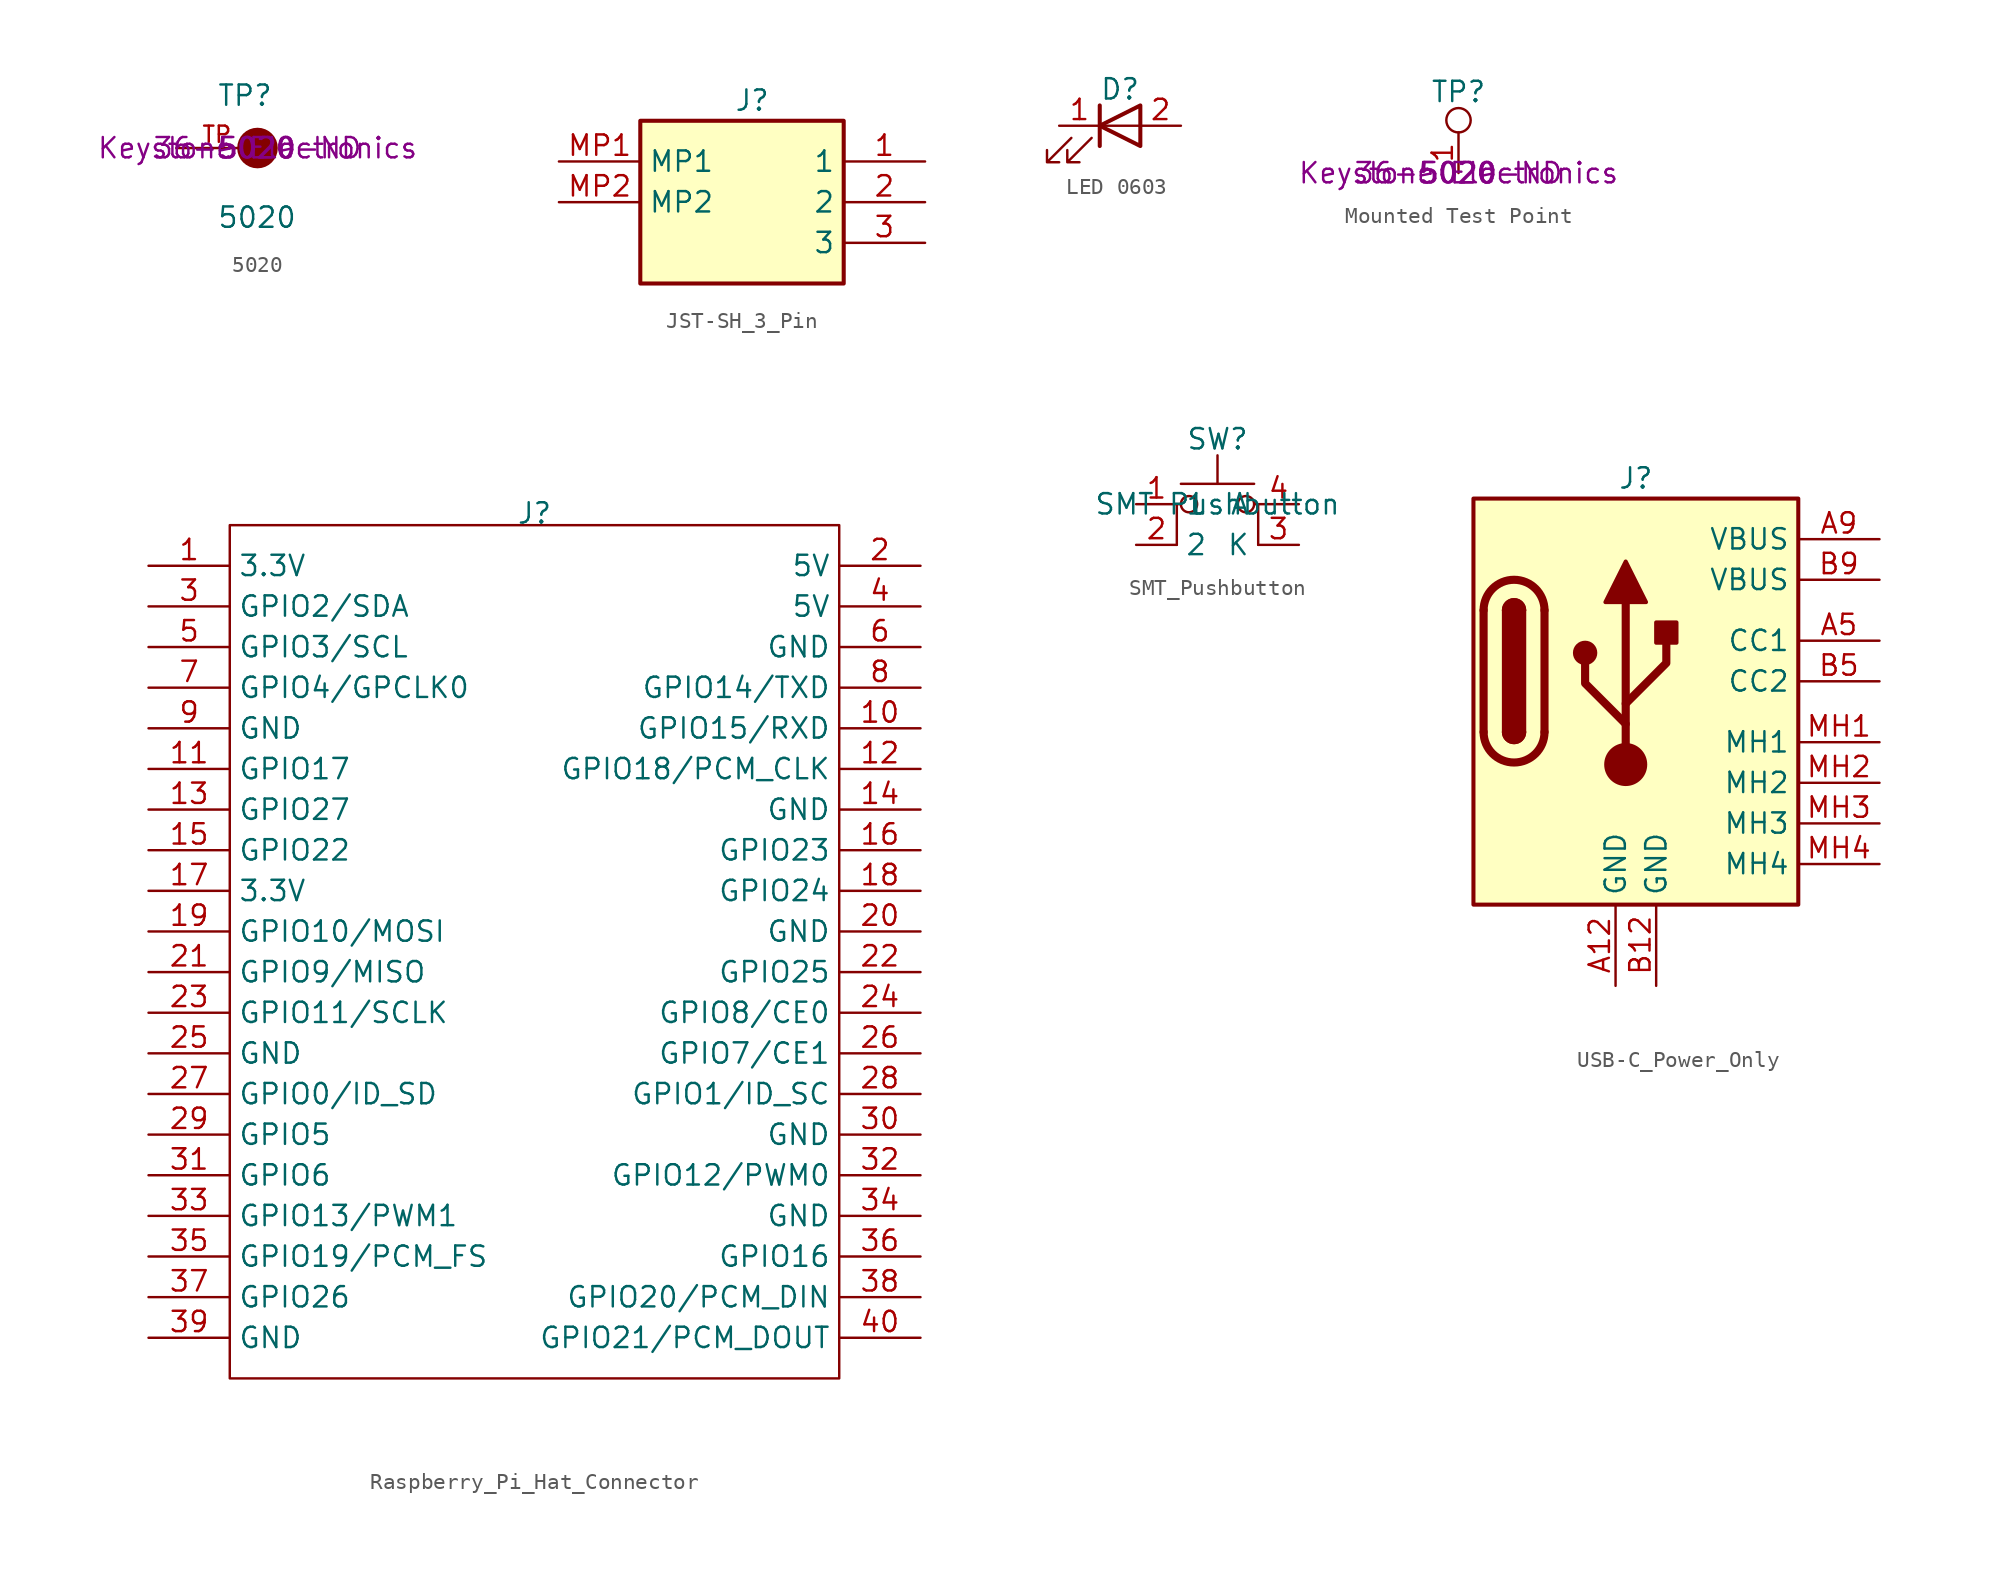
<source format=kicad_sym>
(kicad_symbol_lib
  (version 20231120)
  (generator "kicad_symbol_editor")
  (generator_version "8.0")
  (symbol "5020"
    (pin_names
      (offset 1.016))
    (property "Reference" "TP"
      (at -2.544 2.542 0)
      (effects (font (size 1.27 1.27)) (justify left bottom)))
    (property "Value" "5020"
      (at -2.55 -5.087 0)
      (effects (font (size 1.27 1.27)) (justify left bottom)))
    (property "Manufacturer" "Keystone Electronics"
      (at 0 0 0)
      (effects (font (size 1.27 1.27))))
    (property "Mfg Part Num" "5020"
      (at 0 0 0)
      (effects (font (size 1.27 1.27))))
    (property "Digi-Key Part Num" "36-5020-ND"
      (at 0 0 0)
      (effects (font (size 1.27 1.27))))
    (symbol "5020_0_0"
      (circle (center 0 0) (radius 0.635) (stroke (width 1.27) (type default)) (fill (type none))))
    (symbol "5020_1_0"
      (pin passive line (at -5.08 0 0) (length 5.08) (name "~" (effects (font (size 1.016 1.016)))) (number "TP" (effects (font (size 1.016 1.016)))))))
  (symbol "JST-SH_3_Pin"
    (property "Reference" "J"
      (at -0.635 0 0)
      (effects (font (size 1.27 1.27))))
    (property "Value" ""
      (at -0.635 -6.35 0)
      (effects (font (size 1.27 1.27))))
    (symbol "JST-SH_3_Pin_1_1"
      (rectangle (start -7.62 -1.27) (end 5.08 -11.43) (stroke (width 0.254) (type default)) (fill (type background)))
      (pin output line (at 10.16 -3.81 180) (length 5.08) (name "1" (effects (font (size 1.27 1.27)))) (number "1" (effects (font (size 1.27 1.27)))))
      (pin power_in line (at 10.16 -6.35 180) (length 5.08) (name "2" (effects (font (size 1.27 1.27)))) (number "2" (effects (font (size 1.27 1.27)))))
      (pin bidirectional line (at 10.16 -8.89 180) (length 5.08) (name "3" (effects (font (size 1.27 1.27)))) (number "3" (effects (font (size 1.27 1.27)))))
      (pin passive line (at -12.7 -3.81 0) (length 5.08) (name "MP1" (effects (font (size 1.27 1.27)))) (number "MP1" (effects (font (size 1.27 1.27)))))
      (pin passive line (at -12.7 -6.35 0) (length 5.08) (name "MP2" (effects (font (size 1.27 1.27)))) (number "MP2" (effects (font (size 1.27 1.27)))))))
  (symbol "LED 0603"
    (property "Reference" "D"
      (at 0 2.286 0)
      (effects (font (size 1.27 1.27))))
    (symbol "LED 0603_0_1"
      (polyline (pts (xy -1.27 -1.27) (xy -1.27 1.27)) (stroke (width 0.254) (type default)) (fill (type none)))
      (polyline (pts (xy -1.27 0) (xy 1.27 0)) (stroke (width 0) (type default)) (fill (type none)))
      (polyline (pts (xy 1.27 -1.27) (xy 1.27 1.27) (xy -1.27 0) (xy 1.27 -1.27)) (stroke (width 0.254) (type default)) (fill (type none)))
      (polyline (pts (xy -3.048 -0.762) (xy -4.572 -2.286) (xy -3.81 -2.286) (xy -4.572 -2.286) (xy -4.572 -1.524)) (stroke (width 0) (type default)) (fill (type none)))
      (polyline (pts (xy -1.778 -0.762) (xy -3.302 -2.286) (xy -2.54 -2.286) (xy -3.302 -2.286) (xy -3.302 -1.524)) (stroke (width 0) (type default)) (fill (type none))))
    (symbol "LED 0603_1_1"
      (pin passive line (at -3.81 0 0) (length 2.54) (name "" (effects (font (size 1.27 1.27)))) (number "1" (effects (font (size 1.27 1.27)))))
      (pin passive line (at 3.81 0 180) (length 2.54) (name "" (effects (font (size 1.27 1.27)))) (number "2" (effects (font (size 1.27 1.27)))))))
  (symbol "Mounted Test Point"
    (property "Reference" "TP"
      (at 0 5.08 0)
      (effects (font (size 1.27 1.27))))
    (property "Value" ""
      (at 0 0 0)
      (effects (font (size 1.27 1.27))))
    (property "Manufacturer" "Keystone Electronics"
      (at 0 0 0)
      (effects (font (size 1.27 1.27))))
    (property "Mfg Part Num" "5020"
      (at 0 0 0)
      (effects (font (size 1.27 1.27))))
    (property "Digi-Key Part Num" "36-5020-ND"
      (at 0 0 0)
      (effects (font (size 1.27 1.27))))
    (symbol "Mounted Test Point_0_1"
      (circle (center 0 3.302) (radius 0.762) (stroke (width 0) (type default)) (fill (type none))))
    (symbol "Mounted Test Point_1_1"
      (pin passive line (at 0 0 90) (length 2.54) (name "" (effects (font (size 1.27 1.27)))) (number "1" (effects (font (size 1.27 1.27)))))))
  (symbol "Raspberry_Pi_Hat_Connector"
    (property "Reference" "J"
      (at 0 26.67 0)
      (effects (font (size 1.27 1.27)) (justify bottom)))
    (property "Value" ""
      (at 1.27 0 0)
      (effects (font (size 1.27 1.27))))
    (symbol "Raspberry_Pi_Hat_Connector_0_1"
      (rectangle (start -19.05 26.67) (end 19.05 -26.67) (stroke (width 0) (type default)) (fill (type none))))
    (symbol "Raspberry_Pi_Hat_Connector_1_1"
      (pin power_in line (at -24.13 24.13 0) (length 5.08) (name "3.3V" (effects (font (size 1.27 1.27)))) (number "1" (effects (font (size 1.27 1.27)))))
      (pin bidirectional line (at 24.13 13.97 180) (length 5.08) (name "GPIO15/RXD" (effects (font (size 1.27 1.27)))) (number "10" (effects (font (size 1.27 1.27)))))
      (pin bidirectional line (at -24.13 11.43 0) (length 5.08) (name "GPIO17" (effects (font (size 1.27 1.27)))) (number "11" (effects (font (size 1.27 1.27)))))
      (pin bidirectional line (at 24.13 11.43 180) (length 5.08) (name "GPIO18/PCM_CLK" (effects (font (size 1.27 1.27)))) (number "12" (effects (font (size 1.27 1.27)))))
      (pin bidirectional line (at -24.13 8.89 0) (length 5.08) (name "GPIO27" (effects (font (size 1.27 1.27)))) (number "13" (effects (font (size 1.27 1.27)))))
      (pin power_in line (at 24.13 8.89 180) (length 5.08) (name "GND" (effects (font (size 1.27 1.27)))) (number "14" (effects (font (size 1.27 1.27)))))
      (pin bidirectional line (at -24.13 6.35 0) (length 5.08) (name "GPIO22" (effects (font (size 1.27 1.27)))) (number "15" (effects (font (size 1.27 1.27)))))
      (pin bidirectional line (at 24.13 6.35 180) (length 5.08) (name "GPIO23" (effects (font (size 1.27 1.27)))) (number "16" (effects (font (size 1.27 1.27)))))
      (pin power_in line (at -24.13 3.81 0) (length 5.08) (name "3.3V" (effects (font (size 1.27 1.27)))) (number "17" (effects (font (size 1.27 1.27)))))
      (pin bidirectional line (at 24.13 3.81 180) (length 5.08) (name "GPIO24" (effects (font (size 1.27 1.27)))) (number "18" (effects (font (size 1.27 1.27)))))
      (pin bidirectional line (at -24.13 1.27 0) (length 5.08) (name "GPIO10/MOSI" (effects (font (size 1.27 1.27)))) (number "19" (effects (font (size 1.27 1.27)))))
      (pin power_in line (at 24.13 24.13 180) (length 5.08) (name "5V" (effects (font (size 1.27 1.27)))) (number "2" (effects (font (size 1.27 1.27)))))
      (pin power_in line (at 24.13 1.27 180) (length 5.08) (name "GND" (effects (font (size 1.27 1.27)))) (number "20" (effects (font (size 1.27 1.27)))))
      (pin bidirectional line (at -24.13 -1.27 0) (length 5.08) (name "GPIO9/MISO" (effects (font (size 1.27 1.27)))) (number "21" (effects (font (size 1.27 1.27)))))
      (pin bidirectional line (at 24.13 -1.27 180) (length 5.08) (name "GPIO25" (effects (font (size 1.27 1.27)))) (number "22" (effects (font (size 1.27 1.27)))))
      (pin bidirectional line (at -24.13 -3.81 0) (length 5.08) (name "GPIO11/SCLK" (effects (font (size 1.27 1.27)))) (number "23" (effects (font (size 1.27 1.27)))))
      (pin bidirectional line (at 24.13 -3.81 180) (length 5.08) (name "GPIO8/CE0" (effects (font (size 1.27 1.27)))) (number "24" (effects (font (size 1.27 1.27)))))
      (pin power_in line (at -24.13 -6.35 0) (length 5.08) (name "GND" (effects (font (size 1.27 1.27)))) (number "25" (effects (font (size 1.27 1.27)))))
      (pin bidirectional line (at 24.13 -6.35 180) (length 5.08) (name "GPIO7/CE1" (effects (font (size 1.27 1.27)))) (number "26" (effects (font (size 1.27 1.27)))))
      (pin bidirectional line (at -24.13 -8.89 0) (length 5.08) (name "GPIO0/ID_SD" (effects (font (size 1.27 1.27)))) (number "27" (effects (font (size 1.27 1.27)))))
      (pin bidirectional line (at 24.13 -8.89 180) (length 5.08) (name "GPIO1/ID_SC" (effects (font (size 1.27 1.27)))) (number "28" (effects (font (size 1.27 1.27)))))
      (pin bidirectional line (at -24.13 -11.43 0) (length 5.08) (name "GPIO5" (effects (font (size 1.27 1.27)))) (number "29" (effects (font (size 1.27 1.27)))))
      (pin bidirectional line (at -24.13 21.59 0) (length 5.08) (name "GPIO2/SDA" (effects (font (size 1.27 1.27)))) (number "3" (effects (font (size 1.27 1.27)))))
      (pin power_in line (at 24.13 -11.43 180) (length 5.08) (name "GND" (effects (font (size 1.27 1.27)))) (number "30" (effects (font (size 1.27 1.27)))))
      (pin bidirectional line (at -24.13 -13.97 0) (length 5.08) (name "GPIO6" (effects (font (size 1.27 1.27)))) (number "31" (effects (font (size 1.27 1.27)))))
      (pin bidirectional line (at 24.13 -13.97 180) (length 5.08) (name "GPIO12/PWM0" (effects (font (size 1.27 1.27)))) (number "32" (effects (font (size 1.27 1.27)))))
      (pin bidirectional line (at -24.13 -16.51 0) (length 5.08) (name "GPIO13/PWM1" (effects (font (size 1.27 1.27)))) (number "33" (effects (font (size 1.27 1.27)))))
      (pin power_in line (at 24.13 -16.51 180) (length 5.08) (name "GND" (effects (font (size 1.27 1.27)))) (number "34" (effects (font (size 1.27 1.27)))))
      (pin bidirectional line (at -24.13 -19.05 0) (length 5.08) (name "GPIO19/PCM_FS" (effects (font (size 1.27 1.27)))) (number "35" (effects (font (size 1.27 1.27)))))
      (pin bidirectional line (at 24.13 -19.05 180) (length 5.08) (name "GPIO16" (effects (font (size 1.27 1.27)))) (number "36" (effects (font (size 1.27 1.27)))))
      (pin bidirectional line (at -24.13 -21.59 0) (length 5.08) (name "GPIO26" (effects (font (size 1.27 1.27)))) (number "37" (effects (font (size 1.27 1.27)))))
      (pin bidirectional line (at 24.13 -21.59 180) (length 5.08) (name "GPIO20/PCM_DIN" (effects (font (size 1.27 1.27)))) (number "38" (effects (font (size 1.27 1.27)))))
      (pin power_in line (at -24.13 -24.13 0) (length 5.08) (name "GND" (effects (font (size 1.27 1.27)))) (number "39" (effects (font (size 1.27 1.27)))))
      (pin power_in line (at 24.13 21.59 180) (length 5.08) (name "5V" (effects (font (size 1.27 1.27)))) (number "4" (effects (font (size 1.27 1.27)))))
      (pin bidirectional line (at 24.13 -24.13 180) (length 5.08) (name "GPIO21/PCM_DOUT" (effects (font (size 1.27 1.27)))) (number "40" (effects (font (size 1.27 1.27)))))
      (pin bidirectional line (at -24.13 19.05 0) (length 5.08) (name "GPIO3/SCL" (effects (font (size 1.27 1.27)))) (number "5" (effects (font (size 1.27 1.27)))))
      (pin power_in line (at 24.13 19.05 180) (length 5.08) (name "GND" (effects (font (size 1.27 1.27)))) (number "6" (effects (font (size 1.27 1.27)))))
      (pin bidirectional line (at -24.13 16.51 0) (length 5.08) (name "GPIO4/GPCLK0" (effects (font (size 1.27 1.27)))) (number "7" (effects (font (size 1.27 1.27)))))
      (pin bidirectional line (at 24.13 16.51 180) (length 5.08) (name "GPIO14/TXD" (effects (font (size 1.27 1.27)))) (number "8" (effects (font (size 1.27 1.27)))))
      (pin power_in line (at -24.13 13.97 0) (length 5.08) (name "GND" (effects (font (size 1.27 1.27)))) (number "9" (effects (font (size 1.27 1.27)))))))
  (symbol "SMT_Pushbutton"
    (property "Reference" "SW"
      (at 0 4.064 0)
      (effects (font (size 1.27 1.27))))
    (property "Value" "SMT Pushbutton"
      (at 0 0 0)
      (effects (font (size 1.27 1.27))))
    (symbol "SMT_Pushbutton_0_1"
      (circle (center -1.778 0) (radius 0.508) (stroke (width 0) (type default)) (fill (type none)))
      (polyline (pts (xy -2.286 1.27) (xy 2.286 1.27)) (stroke (width 0) (type default)) (fill (type none)))
      (polyline (pts (xy 0 1.27) (xy 0 3.048)) (stroke (width 0) (type default)) (fill (type none)))
      (polyline (pts (xy -2.54 -2.54) (xy -2.54 0) (xy -2.286 0)) (stroke (width 0) (type default)) (fill (type none)))
      (polyline (pts (xy 2.54 -2.54) (xy 2.54 0) (xy 2.286 0)) (stroke (width 0) (type default)) (fill (type none)))
      (circle (center 1.778 0) (radius 0.508) (stroke (width 0) (type default)) (fill (type none)))
      (pin passive line (at -5.08 0 0) (length 2.54) (name "1" (effects (font (size 1.27 1.27)))) (number "1" (effects (font (size 1.27 1.27)))))
      (pin passive line (at -5.08 -2.54 0) (length 2.54) (name "2" (effects (font (size 1.27 1.27)))) (number "2" (effects (font (size 1.27 1.27)))))
      (pin passive line (at 5.08 -2.54 180) (length 2.54) (name "K" (effects (font (size 1.27 1.27)))) (number "3" (effects (font (size 1.27 1.27)))))
      (pin passive line (at 5.08 0 180) (length 2.54) (name "A" (effects (font (size 1.27 1.27)))) (number "4" (effects (font (size 1.27 1.27)))))))
  (symbol "USB-C_Power_Only"
    (property "Reference" "J"
      (at 0 13.97 0)
      (effects (font (size 1.27 1.27))))
    (property "Value" ""
      (at 0 0 0)
      (effects (font (size 1.27 1.27))))
    (symbol "USB-C_Power_Only_0_1"
      (rectangle (start -10.16 12.7) (end 10.16 -12.7) (stroke (width 0.254) (type default)) (fill (type background)))
      (arc (start -9.525 -1.905) (mid -7.62 -3.8017) (end -5.715 -1.905) (stroke (width 0.508) (type default)) (fill (type none)))
      (arc (start -8.255 -1.905) (mid -7.62 -2.5373) (end -6.985 -1.905) (stroke (width 0.254) (type default)) (fill (type none)))
      (arc (start -8.255 -1.905) (mid -7.62 -2.5373) (end -6.985 -1.905) (stroke (width 0.254) (type default)) (fill (type outline)))
      (rectangle (start -8.255 -1.905) (end -6.985 5.715) (stroke (width 0.254) (type default)) (fill (type outline)))
      (arc (start -6.985 5.715) (mid -7.62 6.3473) (end -8.255 5.715) (stroke (width 0.254) (type default)) (fill (type none)))
      (arc (start -6.985 5.715) (mid -7.62 6.3473) (end -8.255 5.715) (stroke (width 0.254) (type default)) (fill (type outline)))
      (arc (start -5.715 5.715) (mid -7.62 7.6117) (end -9.525 5.715) (stroke (width 0.508) (type default)) (fill (type none)))
      (circle (center -3.175 3.048) (radius 0.635) (stroke (width 0.254) (type default)) (fill (type outline)))
      (circle (center -0.635 -3.937) (radius 1.27) (stroke (width 0) (type default)) (fill (type outline)))
      (polyline (pts (xy -9.525 -1.905) (xy -9.525 5.715)) (stroke (width 0.508) (type default)) (fill (type none)))
      (polyline (pts (xy -5.715 5.715) (xy -5.715 -1.905)) (stroke (width 0.508) (type default)) (fill (type none)))
      (polyline (pts (xy -0.635 -3.937) (xy -0.635 6.223)) (stroke (width 0.508) (type default)) (fill (type none)))
      (polyline (pts (xy -0.635 -1.397) (xy -3.175 1.143) (xy -3.175 2.413)) (stroke (width 0.508) (type default)) (fill (type none)))
      (polyline (pts (xy -0.635 -0.127) (xy 1.905 2.413) (xy 1.905 3.683)) (stroke (width 0.508) (type default)) (fill (type none)))
      (polyline (pts (xy -1.905 6.223) (xy -0.635 8.763) (xy 0.635 6.223) (xy -1.905 6.223)) (stroke (width 0.254) (type default)) (fill (type outline)))
      (rectangle (start 1.27 3.683) (end 2.54 4.953) (stroke (width 0.254) (type default)) (fill (type outline))))
    (symbol "USB-C_Power_Only_1_1"
      (pin passive line (at -1.27 -17.78 90) (length 5.08) (name "GND" (effects (font (size 1.27 1.27)))) (number "A12" (effects (font (size 1.27 1.27)))))
      (pin bidirectional line (at 15.24 3.81 180) (length 5.08) (name "CC1" (effects (font (size 1.27 1.27)))) (number "A5" (effects (font (size 1.27 1.27)))))
      (pin passive line (at 15.24 10.16 180) (length 5.08) (name "VBUS" (effects (font (size 1.27 1.27)))) (number "A9" (effects (font (size 1.27 1.27)))))
      (pin passive line (at 1.27 -17.78 90) (length 5.08) (name "GND" (effects (font (size 1.27 1.27)))) (number "B12" (effects (font (size 1.27 1.27)))))
      (pin bidirectional line (at 15.24 1.27 180) (length 5.08) (name "CC2" (effects (font (size 1.27 1.27)))) (number "B5" (effects (font (size 1.27 1.27)))))
      (pin passive line (at 15.24 7.62 180) (length 5.08) (name "VBUS" (effects (font (size 1.27 1.27)))) (number "B9" (effects (font (size 1.27 1.27)))))
      (pin passive line (at 15.24 -2.54 180) (length 5.08) (name "MH1" (effects (font (size 1.27 1.27)))) (number "MH1" (effects (font (size 1.27 1.27)))))
      (pin passive line (at 15.24 -5.08 180) (length 5.08) (name "MH2" (effects (font (size 1.27 1.27)))) (number "MH2" (effects (font (size 1.27 1.27)))))
      (pin passive line (at 15.24 -7.62 180) (length 5.08) (name "MH3" (effects (font (size 1.27 1.27)))) (number "MH3" (effects (font (size 1.27 1.27)))))
      (pin passive line (at 15.24 -10.16 180) (length 5.08) (name "MH4" (effects (font (size 1.27 1.27)))) (number "MH4" (effects (font (size 1.27 1.27))))))))
</source>
